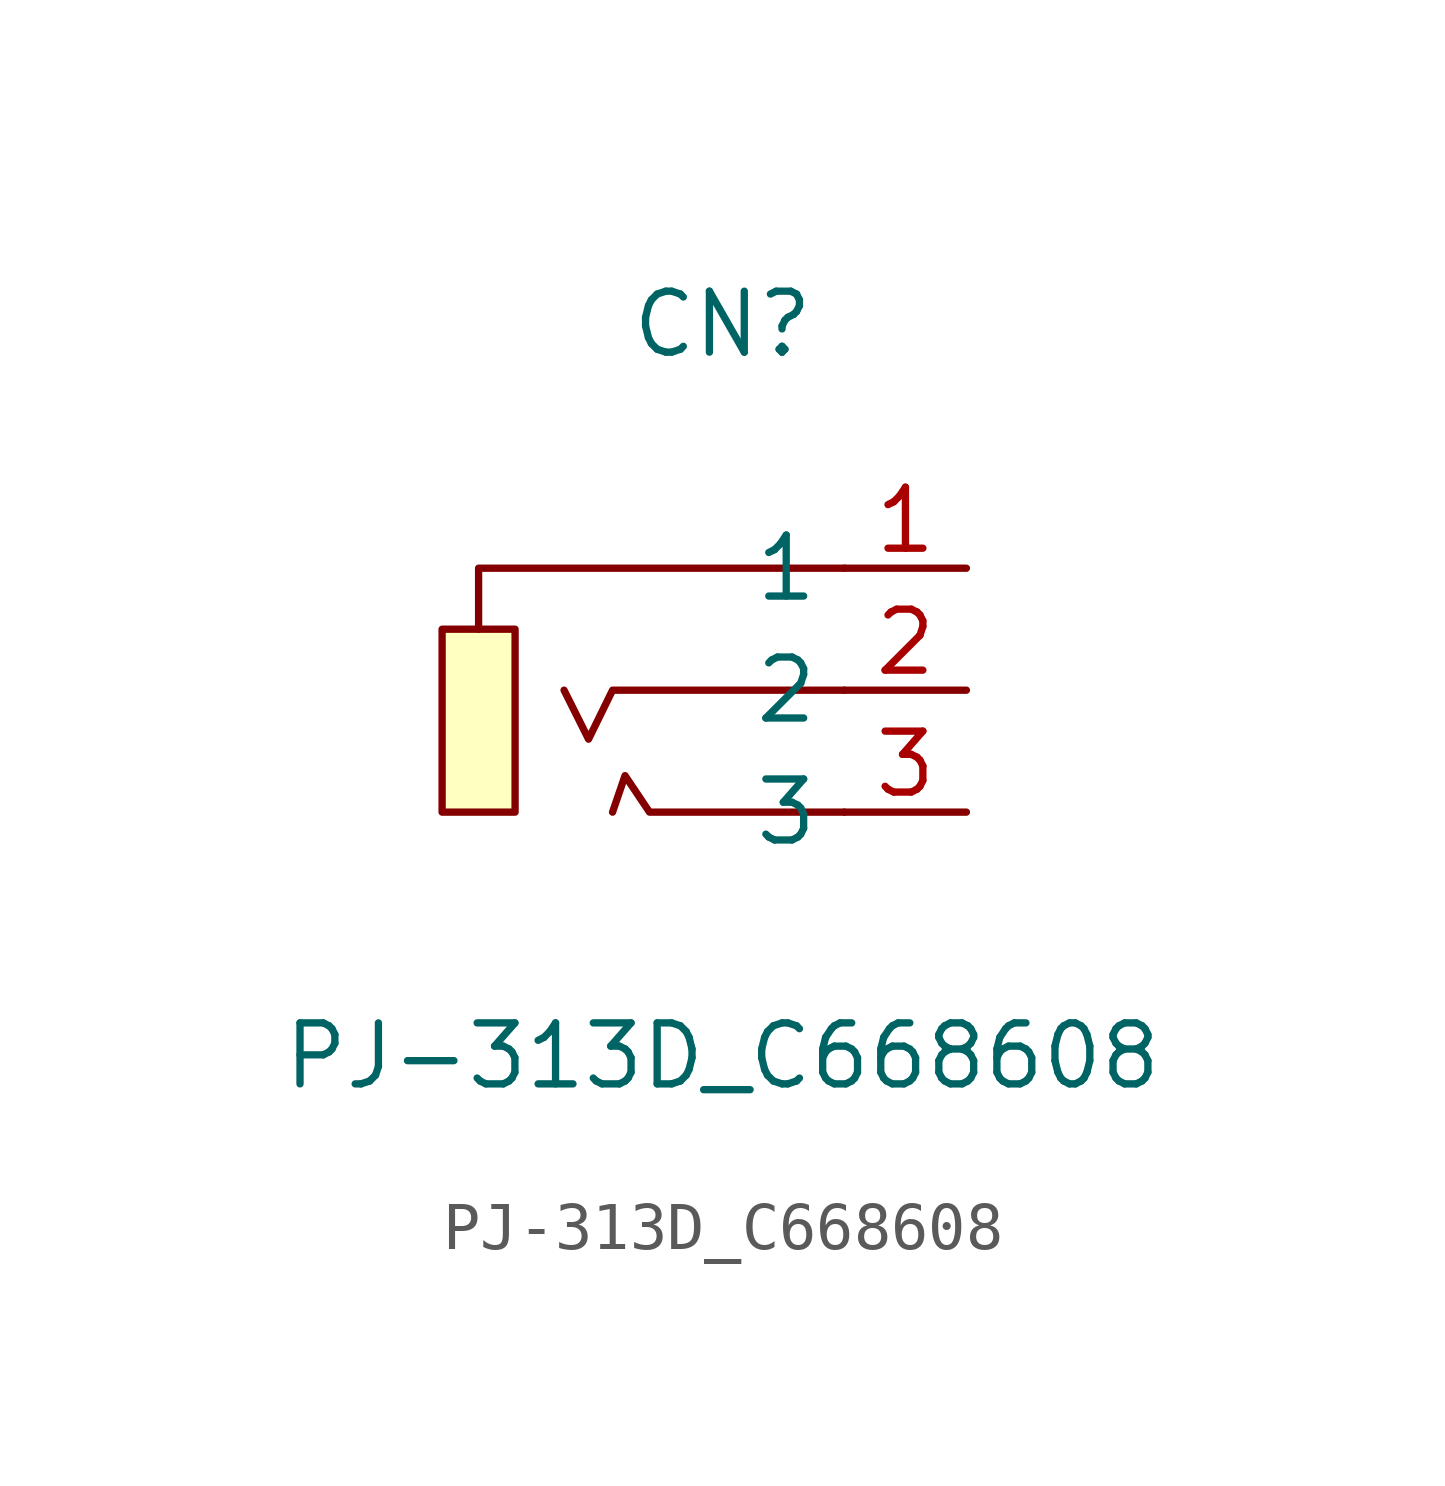
<source format=kicad_sym>
(kicad_symbol_lib
  (version 20211014)
  (generator https://github.com/uPesy/easyeda2kicad.py)
  (symbol "PJ-313D_C668608"
    (property "Reference" "CN"
      (at 0 7.62 0)
      (effects (font (size 1.27 1.27))))
    (property "Value" "PJ-313D_C668608"
      (at 0 -7.62 0)
      (effects (font (size 1.27 1.27))))
    (symbol "PJ-313D_C668608_0_1"
      (rectangle (start -5.84 1.27) (end -4.32 -2.54) (stroke (width 0) (type default) (color 0 0 0 0)) (fill (type background)))
      (polyline (pts (xy -5.08 1.27) (xy -5.08 2.54) (xy 2.54 2.54)) (stroke (width 0) (type default) (color 0 0 0 0)) (fill (type none)))
      (polyline (pts (xy 2.54 -0.00) (xy -2.29 -0.00) (xy -2.79 -1.02) (xy -3.30 -0.00)) (stroke (width 0) (type default) (color 0 0 0 0)) (fill (type none)))
      (polyline (pts (xy 2.54 -2.54) (xy -1.52 -2.54) (xy -2.03 -1.78) (xy -2.29 -2.54)) (stroke (width 0) (type default) (color 0 0 0 0)) (fill (type none)))
      (pin unspecified line (at 5.08 2.54 180) (length 2.54) (name "1" (effects (font (size 1.27 1.27)))) (number "1" (effects (font (size 1.27 1.27)))))
      (pin unspecified line (at 5.08 -0.00 180) (length 2.54) (name "2" (effects (font (size 1.27 1.27)))) (number "2" (effects (font (size 1.27 1.27)))))
      (pin unspecified line (at 5.08 -2.54 180) (length 2.54) (name "3" (effects (font (size 1.27 1.27)))) (number "3" (effects (font (size 1.27 1.27))))))))
</source>
